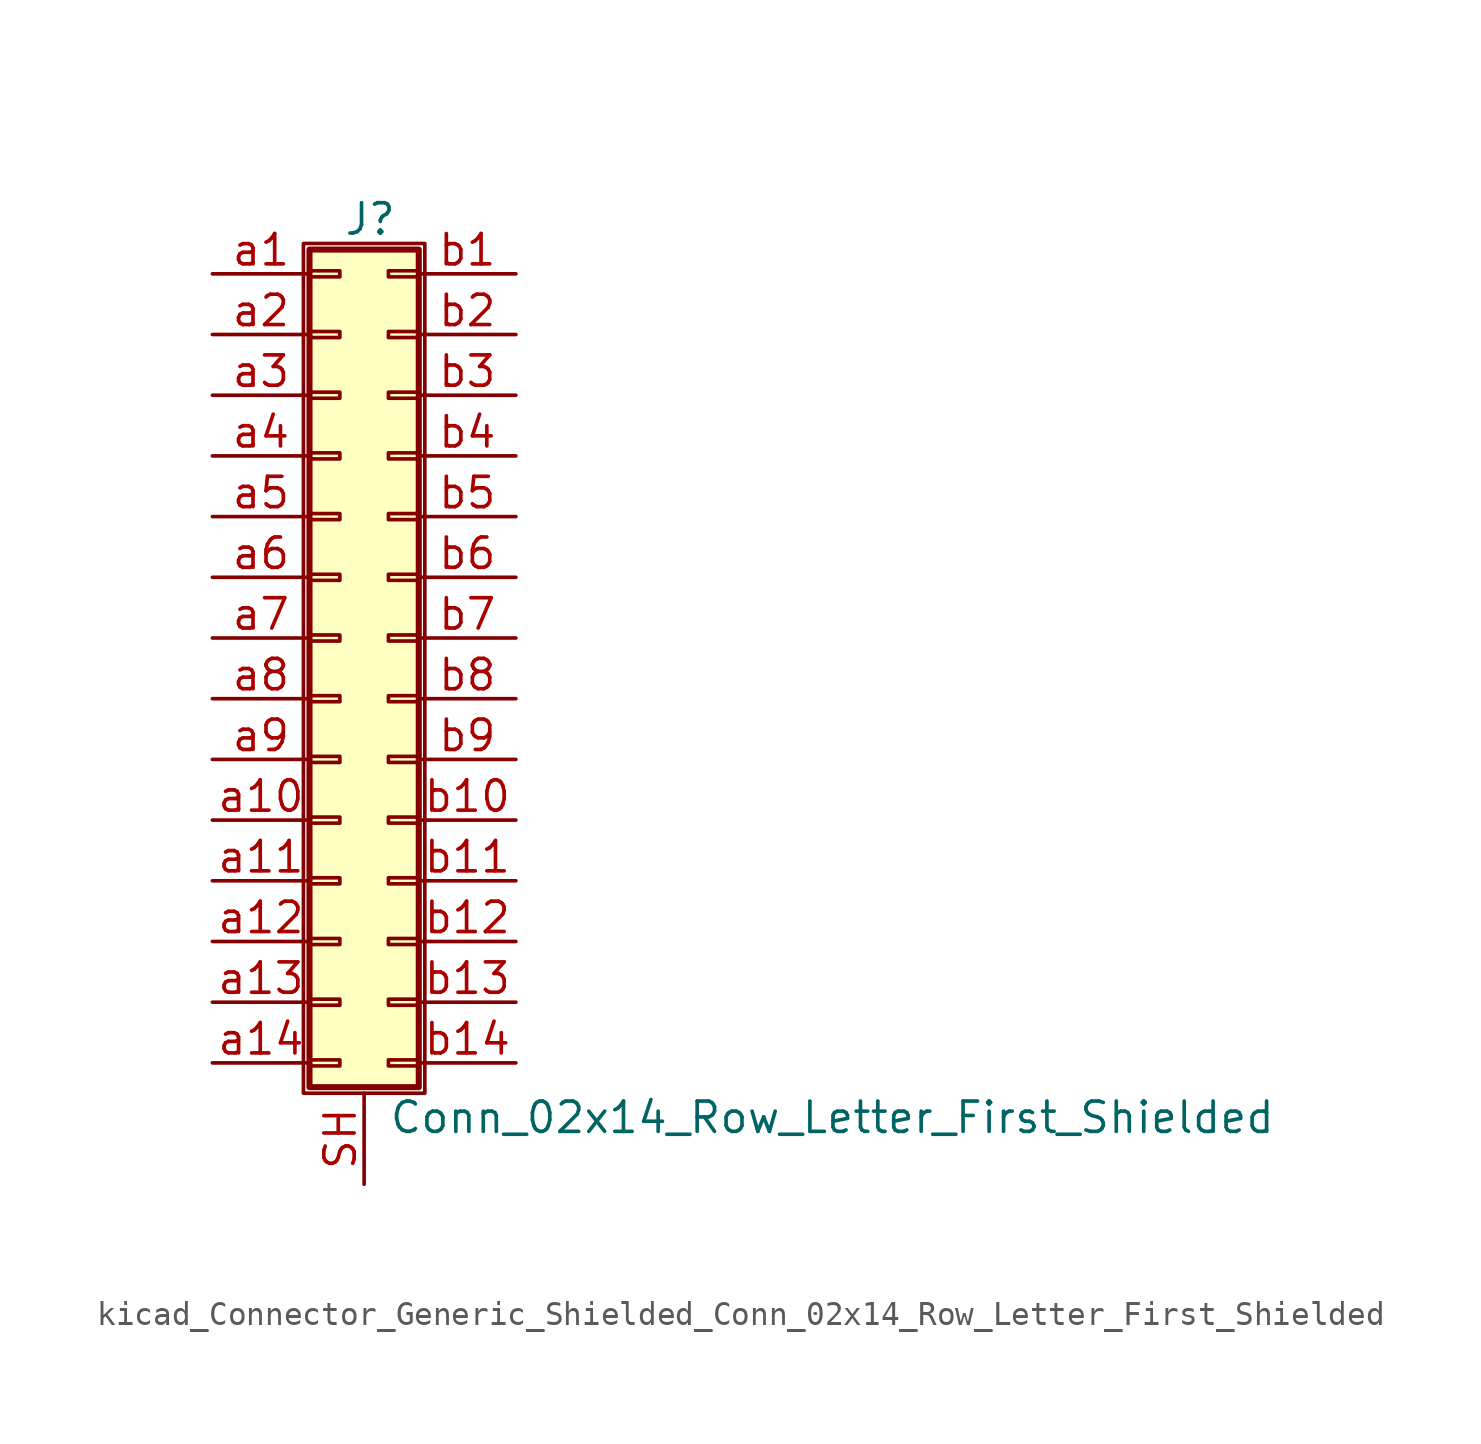
<source format=kicad_sym>
(kicad_symbol_lib
  (version 20220914)
  (generator kicad_symbol_editor)
  (symbol "kicad_Connector_Generic_Shielded_Conn_02x14_Row_Letter_First_Shielded"
    (pin_names
      (offset 1.016) hide)
    (property "Reference" "J"
      (at 1.524 17.526 0)
      (effects (font (size 1.27 1.27))))
    (property "Value" "Conn_02x14_Row_Letter_First_Shielded"
      (at 2.286 -20.066 0)
      (effects (font (size 1.27 1.27)) (justify left)))
    (symbol "kicad_Connector_Generic_Shielded_Conn_02x14_Row_Letter_First_Shielded_1_1"
      (rectangle (start -1.27 16.51) (end 3.81 -19.05) (stroke (width 0.152) (type default)) (fill (type none)))
      (rectangle (start -1.016 -17.653) (end 0.254 -17.907) (stroke (width 0.152) (type default)) (fill (type none)))
      (rectangle (start -1.016 -15.113) (end 0.254 -15.367) (stroke (width 0.152) (type default)) (fill (type none)))
      (rectangle (start -1.016 -12.573) (end 0.254 -12.827) (stroke (width 0.152) (type default)) (fill (type none)))
      (rectangle (start -1.016 -10.033) (end 0.254 -10.287) (stroke (width 0.152) (type default)) (fill (type none)))
      (rectangle (start -1.016 -7.493) (end 0.254 -7.747) (stroke (width 0.152) (type default)) (fill (type none)))
      (rectangle (start -1.016 -4.953) (end 0.254 -5.207) (stroke (width 0.152) (type default)) (fill (type none)))
      (rectangle (start -1.016 -2.413) (end 0.254 -2.667) (stroke (width 0.152) (type default)) (fill (type none)))
      (rectangle (start -1.016 0.127) (end 0.254 -0.127) (stroke (width 0.152) (type default)) (fill (type none)))
      (rectangle (start -1.016 2.667) (end 0.254 2.413) (stroke (width 0.152) (type default)) (fill (type none)))
      (rectangle (start -1.016 5.207) (end 0.254 4.953) (stroke (width 0.152) (type default)) (fill (type none)))
      (rectangle (start -1.016 7.747) (end 0.254 7.493) (stroke (width 0.152) (type default)) (fill (type none)))
      (rectangle (start -1.016 10.287) (end 0.254 10.033) (stroke (width 0.152) (type default)) (fill (type none)))
      (rectangle (start -1.016 12.827) (end 0.254 12.573) (stroke (width 0.152) (type default)) (fill (type none)))
      (rectangle (start -1.016 15.367) (end 0.254 15.113) (stroke (width 0.152) (type default)) (fill (type none)))
      (rectangle (start -1.016 16.256) (end 3.556 -18.796) (stroke (width 0.254) (type default)) (fill (type background)))
      (rectangle (start 3.556 -17.653) (end 2.286 -17.907) (stroke (width 0.152) (type default)) (fill (type none)))
      (rectangle (start 3.556 -15.113) (end 2.286 -15.367) (stroke (width 0.152) (type default)) (fill (type none)))
      (rectangle (start 3.556 -12.573) (end 2.286 -12.827) (stroke (width 0.152) (type default)) (fill (type none)))
      (rectangle (start 3.556 -10.033) (end 2.286 -10.287) (stroke (width 0.152) (type default)) (fill (type none)))
      (rectangle (start 3.556 -7.493) (end 2.286 -7.747) (stroke (width 0.152) (type default)) (fill (type none)))
      (rectangle (start 3.556 -4.953) (end 2.286 -5.207) (stroke (width 0.152) (type default)) (fill (type none)))
      (rectangle (start 3.556 -2.413) (end 2.286 -2.667) (stroke (width 0.152) (type default)) (fill (type none)))
      (rectangle (start 3.556 0.127) (end 2.286 -0.127) (stroke (width 0.152) (type default)) (fill (type none)))
      (rectangle (start 3.556 2.667) (end 2.286 2.413) (stroke (width 0.152) (type default)) (fill (type none)))
      (rectangle (start 3.556 5.207) (end 2.286 4.953) (stroke (width 0.152) (type default)) (fill (type none)))
      (rectangle (start 3.556 7.747) (end 2.286 7.493) (stroke (width 0.152) (type default)) (fill (type none)))
      (rectangle (start 3.556 10.287) (end 2.286 10.033) (stroke (width 0.152) (type default)) (fill (type none)))
      (rectangle (start 3.556 12.827) (end 2.286 12.573) (stroke (width 0.152) (type default)) (fill (type none)))
      (rectangle (start 3.556 15.367) (end 2.286 15.113) (stroke (width 0.152) (type default)) (fill (type none)))
      (pin passive line (at 1.27 -22.86 90) (length 3.81) (name "Shield" (effects (font (size 1.27 1.27)))) (number "SH" (effects (font (size 1.27 1.27)))))
      (pin passive line (at -5.08 15.24 0) (length 4.064) (name "Pin_a1" (effects (font (size 1.27 1.27)))) (number "a1" (effects (font (size 1.27 1.27)))))
      (pin passive line (at -5.08 -7.62 0) (length 4.064) (name "Pin_a10" (effects (font (size 1.27 1.27)))) (number "a10" (effects (font (size 1.27 1.27)))))
      (pin passive line (at -5.08 -10.16 0) (length 4.064) (name "Pin_a11" (effects (font (size 1.27 1.27)))) (number "a11" (effects (font (size 1.27 1.27)))))
      (pin passive line (at -5.08 -12.7 0) (length 4.064) (name "Pin_a12" (effects (font (size 1.27 1.27)))) (number "a12" (effects (font (size 1.27 1.27)))))
      (pin passive line (at -5.08 -15.24 0) (length 4.064) (name "Pin_a13" (effects (font (size 1.27 1.27)))) (number "a13" (effects (font (size 1.27 1.27)))))
      (pin passive line (at -5.08 -17.78 0) (length 4.064) (name "Pin_a14" (effects (font (size 1.27 1.27)))) (number "a14" (effects (font (size 1.27 1.27)))))
      (pin passive line (at -5.08 12.7 0) (length 4.064) (name "Pin_a2" (effects (font (size 1.27 1.27)))) (number "a2" (effects (font (size 1.27 1.27)))))
      (pin passive line (at -5.08 10.16 0) (length 4.064) (name "Pin_a3" (effects (font (size 1.27 1.27)))) (number "a3" (effects (font (size 1.27 1.27)))))
      (pin passive line (at -5.08 7.62 0) (length 4.064) (name "Pin_a4" (effects (font (size 1.27 1.27)))) (number "a4" (effects (font (size 1.27 1.27)))))
      (pin passive line (at -5.08 5.08 0) (length 4.064) (name "Pin_a5" (effects (font (size 1.27 1.27)))) (number "a5" (effects (font (size 1.27 1.27)))))
      (pin passive line (at -5.08 2.54 0) (length 4.064) (name "Pin_a6" (effects (font (size 1.27 1.27)))) (number "a6" (effects (font (size 1.27 1.27)))))
      (pin passive line (at -5.08 0 0) (length 4.064) (name "Pin_a7" (effects (font (size 1.27 1.27)))) (number "a7" (effects (font (size 1.27 1.27)))))
      (pin passive line (at -5.08 -2.54 0) (length 4.064) (name "Pin_a8" (effects (font (size 1.27 1.27)))) (number "a8" (effects (font (size 1.27 1.27)))))
      (pin passive line (at -5.08 -5.08 0) (length 4.064) (name "Pin_a9" (effects (font (size 1.27 1.27)))) (number "a9" (effects (font (size 1.27 1.27)))))
      (pin passive line (at 7.62 15.24 180) (length 4.064) (name "Pin_b1" (effects (font (size 1.27 1.27)))) (number "b1" (effects (font (size 1.27 1.27)))))
      (pin passive line (at 7.62 -7.62 180) (length 4.064) (name "Pin_b10" (effects (font (size 1.27 1.27)))) (number "b10" (effects (font (size 1.27 1.27)))))
      (pin passive line (at 7.62 -10.16 180) (length 4.064) (name "Pin_b11" (effects (font (size 1.27 1.27)))) (number "b11" (effects (font (size 1.27 1.27)))))
      (pin passive line (at 7.62 -12.7 180) (length 4.064) (name "Pin_b12" (effects (font (size 1.27 1.27)))) (number "b12" (effects (font (size 1.27 1.27)))))
      (pin passive line (at 7.62 -15.24 180) (length 4.064) (name "Pin_b13" (effects (font (size 1.27 1.27)))) (number "b13" (effects (font (size 1.27 1.27)))))
      (pin passive line (at 7.62 -17.78 180) (length 4.064) (name "Pin_b14" (effects (font (size 1.27 1.27)))) (number "b14" (effects (font (size 1.27 1.27)))))
      (pin passive line (at 7.62 12.7 180) (length 4.064) (name "Pin_b2" (effects (font (size 1.27 1.27)))) (number "b2" (effects (font (size 1.27 1.27)))))
      (pin passive line (at 7.62 10.16 180) (length 4.064) (name "Pin_b3" (effects (font (size 1.27 1.27)))) (number "b3" (effects (font (size 1.27 1.27)))))
      (pin passive line (at 7.62 7.62 180) (length 4.064) (name "Pin_b4" (effects (font (size 1.27 1.27)))) (number "b4" (effects (font (size 1.27 1.27)))))
      (pin passive line (at 7.62 5.08 180) (length 4.064) (name "Pin_b5" (effects (font (size 1.27 1.27)))) (number "b5" (effects (font (size 1.27 1.27)))))
      (pin passive line (at 7.62 2.54 180) (length 4.064) (name "Pin_b6" (effects (font (size 1.27 1.27)))) (number "b6" (effects (font (size 1.27 1.27)))))
      (pin passive line (at 7.62 0 180) (length 4.064) (name "Pin_b7" (effects (font (size 1.27 1.27)))) (number "b7" (effects (font (size 1.27 1.27)))))
      (pin passive line (at 7.62 -2.54 180) (length 4.064) (name "Pin_b8" (effects (font (size 1.27 1.27)))) (number "b8" (effects (font (size 1.27 1.27)))))
      (pin passive line (at 7.62 -5.08 180) (length 4.064) (name "Pin_b9" (effects (font (size 1.27 1.27)))) (number "b9" (effects (font (size 1.27 1.27))))))))
</source>
